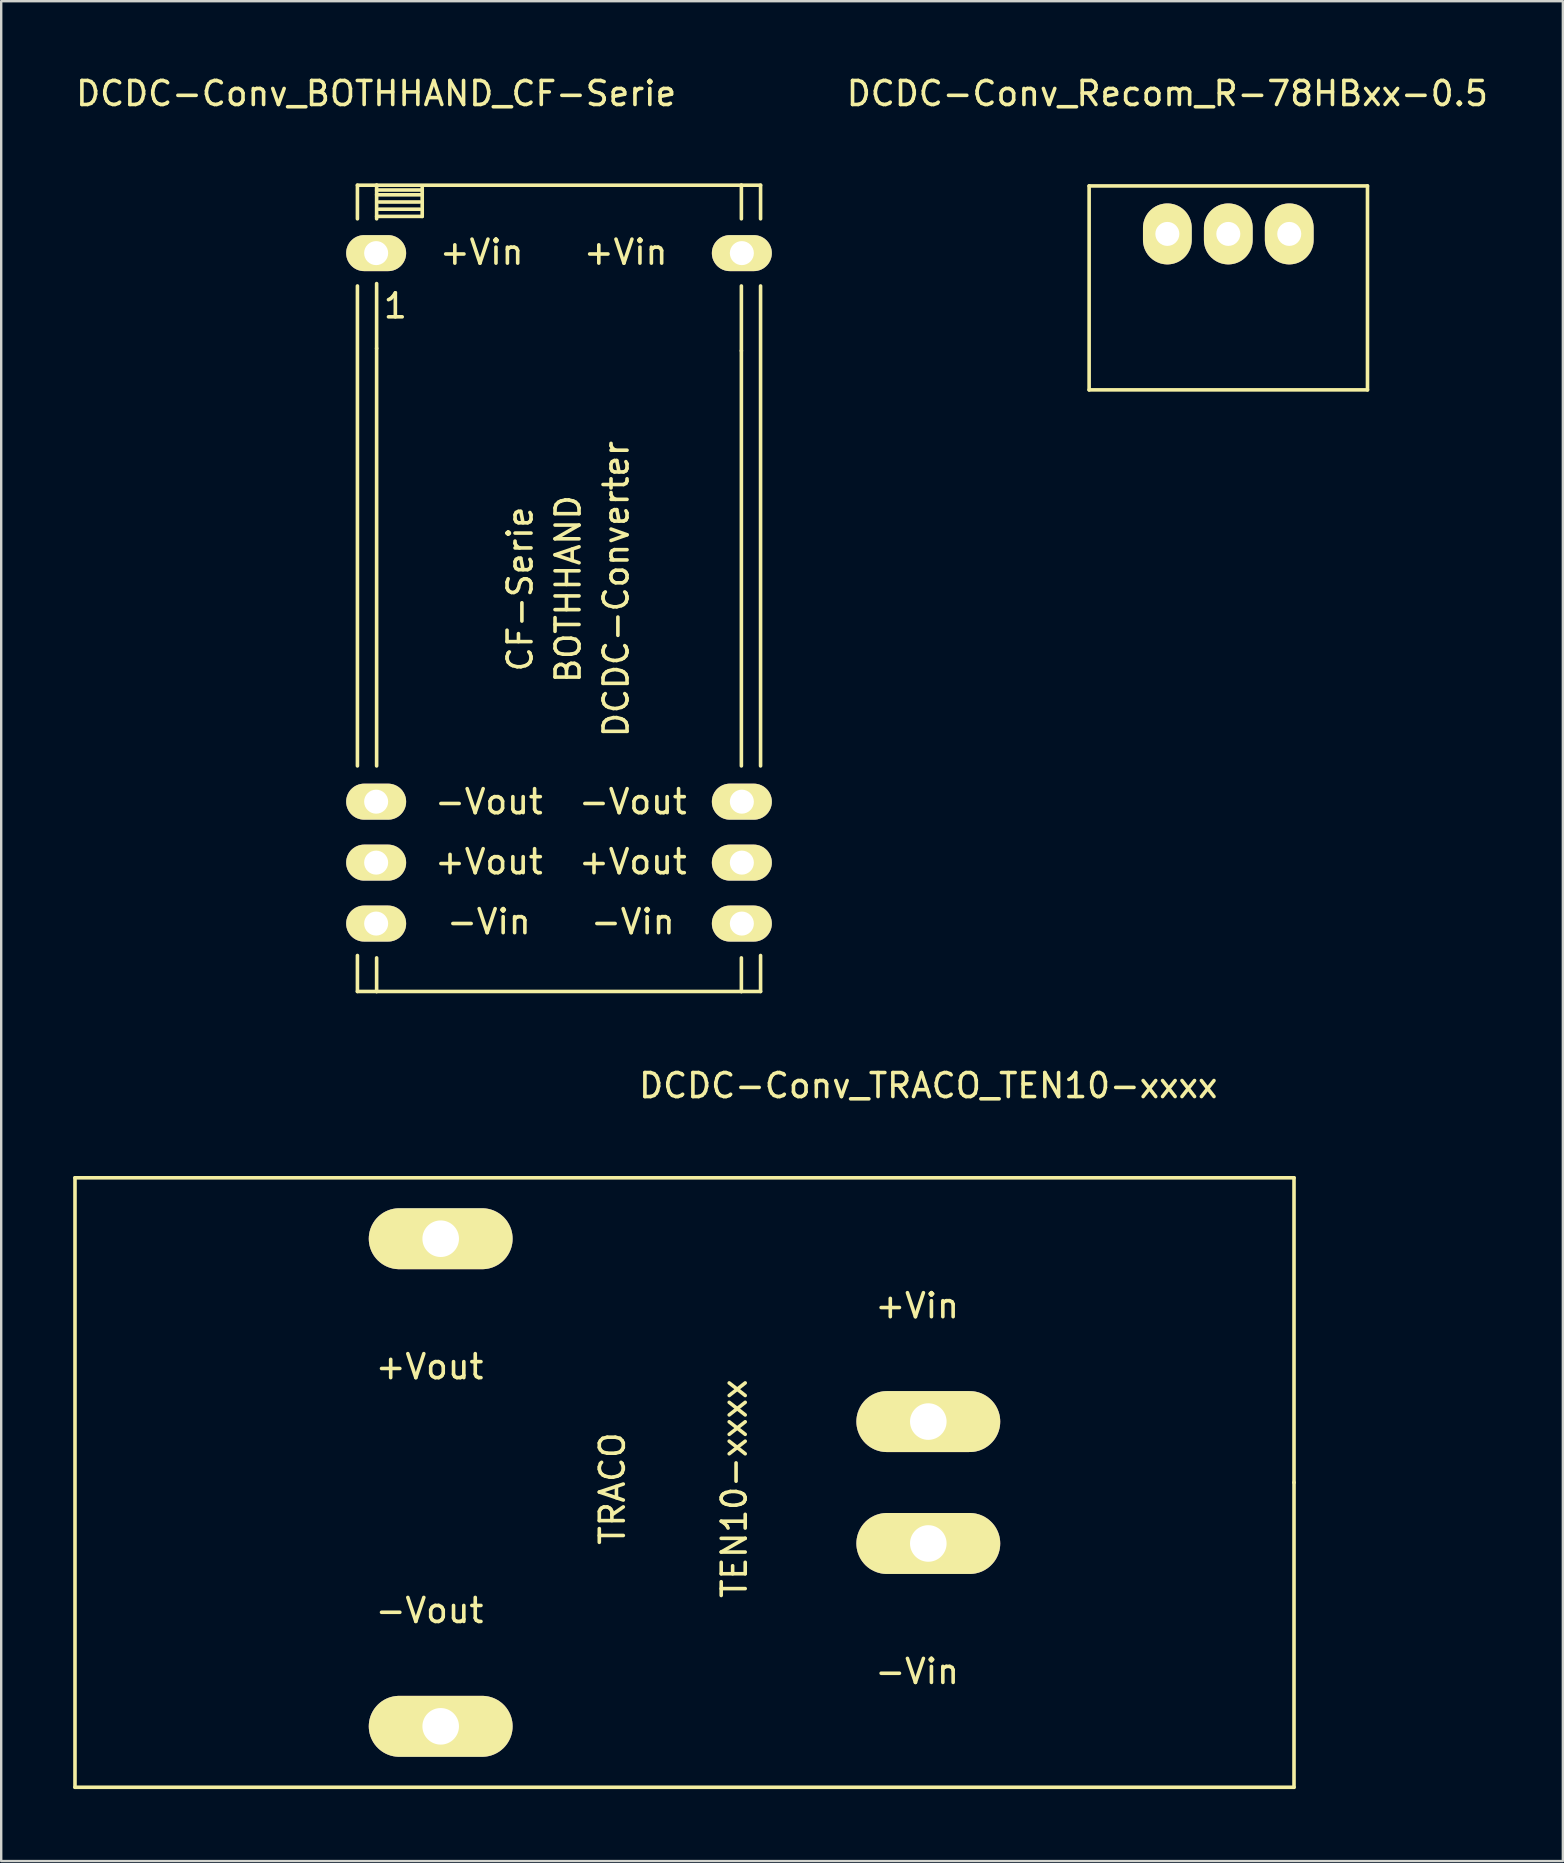
<source format=kicad_pcb>
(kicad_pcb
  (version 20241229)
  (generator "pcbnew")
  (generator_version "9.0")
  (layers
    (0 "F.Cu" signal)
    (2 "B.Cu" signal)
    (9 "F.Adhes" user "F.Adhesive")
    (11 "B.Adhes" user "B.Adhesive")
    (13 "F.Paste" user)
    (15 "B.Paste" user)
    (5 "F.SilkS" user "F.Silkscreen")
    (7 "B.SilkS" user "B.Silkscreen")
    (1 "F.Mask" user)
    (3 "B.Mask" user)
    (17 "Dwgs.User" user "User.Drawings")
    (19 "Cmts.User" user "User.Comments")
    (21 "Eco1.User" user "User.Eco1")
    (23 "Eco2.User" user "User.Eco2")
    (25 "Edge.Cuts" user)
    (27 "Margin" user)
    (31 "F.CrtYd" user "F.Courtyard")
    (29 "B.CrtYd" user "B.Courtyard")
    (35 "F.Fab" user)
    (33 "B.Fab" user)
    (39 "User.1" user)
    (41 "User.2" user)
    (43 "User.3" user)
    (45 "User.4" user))
  (footprint "DCDC-Conv_BOTHHAND_CF-Serie"
    (layer "F.Cu")
    (at 12.625 7.498)
    (property "Reference" "DCDC-Conv_BOTHHAND_CF-Serie" (at 0 -6.65 0) (layer "F.SilkS") (effects (font (size 1 1) (thickness 0.15))))
    (attr through_hole)
    (fp_line (start -0.78 -2.83) (end -0.78 -1.43) (stroke (width 0.15) (type solid)) (layer "F.SilkS"))
    (fp_line (start -0.78 21.369) (end -0.78 1.369) (stroke (width 0.15) (type solid)) (layer "F.SilkS"))
    (fp_line (start -0.78 30.77) (end -0.78 29.271) (stroke (width 0.15) (type solid)) (layer "F.SilkS"))
    (fp_line (start 0.02 -2.83) (end -0.78 -2.83) (stroke (width 0.15) (type solid)) (layer "F.SilkS"))
    (fp_line (start 0.02 -2.83) (end 0.02 -1.43) (stroke (width 0.15) (type solid)) (layer "F.SilkS"))
    (fp_line (start 0.02 3.97) (end 0.02 1.27) (stroke (width 0.15) (type solid)) (layer "F.SilkS"))
    (fp_line (start 0.02 21.369) (end 0.02 3.97) (stroke (width 0.15) (type solid)) (layer "F.SilkS"))
    (fp_line (start 0.02 30.77) (end -0.78 30.77) (stroke (width 0.15) (type solid)) (layer "F.SilkS"))
    (fp_line (start 0.02 30.77) (end 0.02 29.37) (stroke (width 0.15) (type solid)) (layer "F.SilkS"))
    (fp_line (start 0.02 30.77) (end 15.22 30.77) (stroke (width 0.15) (type solid)) (layer "F.SilkS"))
    (fp_line (start 1.821 -2.131) (end 0.119 -2.131) (stroke (width 0.15) (type solid)) (layer "F.SilkS"))
    (fp_line (start 1.821 -1.829) (end 0.119 -1.829) (stroke (width 0.15) (type solid)) (layer "F.SilkS"))
    (fp_line (start 1.92 -2.731) (end 1.92 -1.529) (stroke (width 0.15) (type solid)) (layer "F.SilkS"))
    (fp_line (start 1.92 -2.629) (end 0.02 -2.629) (stroke (width 0.15) (type solid)) (layer "F.SilkS"))
    (fp_line (start 1.92 -2.431) (end 0.02 -2.431) (stroke (width 0.15) (type solid)) (layer "F.SilkS"))
    (fp_line (start 1.92 -1.529) (end 0.02 -1.529) (stroke (width 0.15) (type solid)) (layer "F.SilkS"))
    (fp_line (start 15.22 -2.83) (end 0.02 -2.83) (stroke (width 0.15) (type solid)) (layer "F.SilkS"))
    (fp_line (start 15.22 -2.83) (end 15.22 -1.43) (stroke (width 0.15) (type solid)) (layer "F.SilkS"))
    (fp_line (start 15.22 -2.83) (end 16.02 -2.83) (stroke (width 0.15) (type solid)) (layer "F.SilkS"))
    (fp_line (start 15.22 4.069) (end 15.22 1.369) (stroke (width 0.15) (type solid)) (layer "F.SilkS"))
    (fp_line (start 15.22 4.069) (end 15.22 21.369) (stroke (width 0.15) (type solid)) (layer "F.SilkS"))
    (fp_line (start 15.22 29.37) (end 15.22 30.77) (stroke (width 0.15) (type solid)) (layer "F.SilkS"))
    (fp_line (start 15.22 30.77) (end 16.02 30.77) (stroke (width 0.15) (type solid)) (layer "F.SilkS"))
    (fp_line (start 16.02 -2.83) (end 16.02 -1.43) (stroke (width 0.15) (type solid)) (layer "F.SilkS"))
    (fp_line (start 16.02 21.369) (end 16.02 1.369) (stroke (width 0.15) (type solid)) (layer "F.SilkS"))
    (fp_line (start 16.02 30.77) (end 16.02 29.271) (stroke (width 0.15) (type solid)) (layer "F.SilkS"))
    (fp_text user "BOTHHAND" (at 8 14 270) (layer "F.SilkS") (effects (font (size 1 1) (thickness 0.15))))
    (fp_text user "+Vout" (at 10.698 25.364 0) (layer "F.SilkS") (effects (font (size 1 1) (thickness 0.15))))
    (fp_text user "-Vin" (at 10.698 27.863 0) (layer "F.SilkS") (effects (font (size 1 1) (thickness 0.15))))
    (fp_text user "+Vin" (at 10.398 -0.038 0) (layer "F.SilkS") (effects (font (size 1 1) (thickness 0.15))))
    (fp_text user "1" (at 0.8 2.2 0) (layer "F.SilkS") (effects (font (size 1 1) (thickness 0.15))))
    (fp_text user "+Vout" (at 4.698 25.364 0) (layer "F.SilkS") (effects (font (size 1 1) (thickness 0.15))))
    (fp_text user "-Vout" (at 4.698 22.862 0) (layer "F.SilkS") (effects (font (size 1 1) (thickness 0.15))))
    (fp_text user "+Vin" (at 4.398 -0.038 0) (layer "F.SilkS") (effects (font (size 1 1) (thickness 0.15))))
    (fp_text user "-Vin" (at 4.698 27.863 0) (layer "F.SilkS") (effects (font (size 1 1) (thickness 0.15))))
    (fp_text user "DCDC-Converter" (at 10 14 270) (layer "F.SilkS") (effects (font (size 1 1) (thickness 0.15))))
    (fp_text user "-Vout" (at 10.698 22.862 0) (layer "F.SilkS") (effects (font (size 1 1) (thickness 0.15))))
    (fp_text user "CF-Serie" (at 6 14 270) (layer "F.SilkS") (effects (font (size 1 1) (thickness 0.15))))
    (pad "1" thru_hole oval (at 0 0) (size 2.499 1.501) (drill 1.001) (layers "*.Cu" "*.Mask" "F.SilkS"))
    (pad "10" thru_hole oval (at 0 22.86) (size 2.499 1.501) (drill 1.001) (layers "*.Cu" "*.Mask" "F.SilkS"))
    (pad "11" thru_hole oval (at 0 25.4) (size 2.499 1.501) (drill 1.001) (layers "*.Cu" "*.Mask" "F.SilkS"))
    (pad "12" thru_hole oval (at 0 27.94) (size 2.499 1.501) (drill 1.001) (layers "*.Cu" "*.Mask" "F.SilkS"))
    (pad "13" thru_hole oval (at 15.24 27.94) (size 2.499 1.501) (drill 1.001) (layers "*.Cu" "*.Mask" "F.SilkS"))
    (pad "14" thru_hole oval (at 15.24 25.4) (size 2.499 1.501) (drill 1.001) (layers "*.Cu" "*.Mask" "F.SilkS"))
    (pad "15" thru_hole oval (at 15.24 22.86) (size 2.499 1.501) (drill 1.001) (layers "*.Cu" "*.Mask" "F.SilkS"))
    (pad "24" thru_hole oval (at 15.24 0) (size 2.499 1.501) (drill 1.001) (layers "*.Cu" "*.Mask" "F.SilkS")))
  (footprint "DCDC-Conv_TRACO_TEN10-xxxx"
    (layer "F.Cu")
    (at 35.635 56.191)
    (property "Reference" "DCDC-Conv_TRACO_TEN10-xxxx" (at 0 -14 0) (layer "F.SilkS") (effects (font (size 1 1) (thickness 0.15))))
    (attr through_hole)
    (fp_line (start -35.56 -10.16) (end -35.56 15.24) (stroke (width 0.15) (type solid)) (layer "F.SilkS"))
    (fp_line (start -35.56 15.24) (end 15.24 15.24) (stroke (width 0.15) (type solid)) (layer "F.SilkS"))
    (fp_line (start 15.24 -10.16) (end -35.56 -10.16) (stroke (width 0.15) (type solid)) (layer "F.SilkS"))
    (fp_line (start 15.24 2.54) (end 15.24 -10.16) (stroke (width 0.15) (type solid)) (layer "F.SilkS"))
    (fp_line (start 15.24 15.24) (end 15.24 2.54) (stroke (width 0.15) (type solid)) (layer "F.SilkS"))
    (fp_text user "TRACO" (at -13.165 2.794 90) (layer "F.SilkS") (effects (font (size 1 1) (thickness 0.15))))
    (fp_text user "+Vout" (at -20.785 -2.286 180) (layer "F.SilkS") (effects (font (size 1 1) (thickness 0.15))))
    (fp_text user "-Vin" (at -0.465 10.414 180) (layer "F.SilkS") (effects (font (size 1 1) (thickness 0.15))))
    (fp_text user "+Vin" (at -0.465 -4.826 180) (layer "F.SilkS") (effects (font (size 1 1) (thickness 0.15))))
    (fp_text user "-Vout" (at -20.785 7.874 180) (layer "F.SilkS") (effects (font (size 1 1) (thickness 0.15))))
    (fp_text user "TEN10-xxxx" (at -8.085 2.794 90) (layer "F.SilkS") (effects (font (size 1 1) (thickness 0.15))))
    (pad "1" thru_hole oval (at 0 0) (size 5.994 2.54) (drill 1.524) (layers "*.Cu" "*.Mask" "F.SilkS"))
    (pad "2" thru_hole oval (at 0 5.08) (size 5.994 2.54) (drill 1.524) (layers "*.Cu" "*.Mask" "F.SilkS"))
    (pad "3" thru_hole oval (at -20.32 -7.62) (size 5.994 2.54) (drill 1.524) (layers "*.Cu" "*.Mask" "F.SilkS"))
    (pad "5" thru_hole oval (at -20.32 12.7) (size 5.994 2.54) (drill 1.524) (layers "*.Cu" "*.Mask" "F.SilkS")))
  (footprint "DCDC-Conv_Recom_R-78HBxx-0.5"
    (layer "F.Cu")
    (at 45.597 6.698)
    (property "Reference" "DCDC-Conv_Recom_R-78HBxx-0.5" (at 0 -5.85 0) (layer "F.SilkS") (effects (font (size 1 1) (thickness 0.15))))
    (attr through_hole)
    (fp_line (start -3.26 -2) (end 8.34 -2) (stroke (width 0.15) (type solid)) (layer "F.SilkS"))
    (fp_line (start -3.26 6.5) (end -3.26 -2) (stroke (width 0.15) (type solid)) (layer "F.SilkS"))
    (fp_line (start 8.34 -2) (end 8.34 6.5) (stroke (width 0.15) (type solid)) (layer "F.SilkS"))
    (fp_line (start 8.34 6.5) (end -3.26 6.5) (stroke (width 0.15) (type solid)) (layer "F.SilkS"))
    (pad "1" thru_hole oval (at 0 0) (size 2.032 2.54) (drill 1) (layers "*.Cu" "*.Mask" "F.SilkS"))
    (pad "2" thru_hole oval (at 2.54 0) (size 2.032 2.54) (drill 1) (layers "*.Cu" "*.Mask" "F.SilkS"))
    (pad "3" thru_hole oval (at 5.08 0) (size 2.032 2.54) (drill 1) (layers "*.Cu" "*.Mask" "F.SilkS")))
  (gr_rect
    (start -3 -3)
    (end 62.079 74.506)
    (stroke (width 0.1) (type default))
    (fill no)
    (layer "Edge.Cuts")))
</source>
